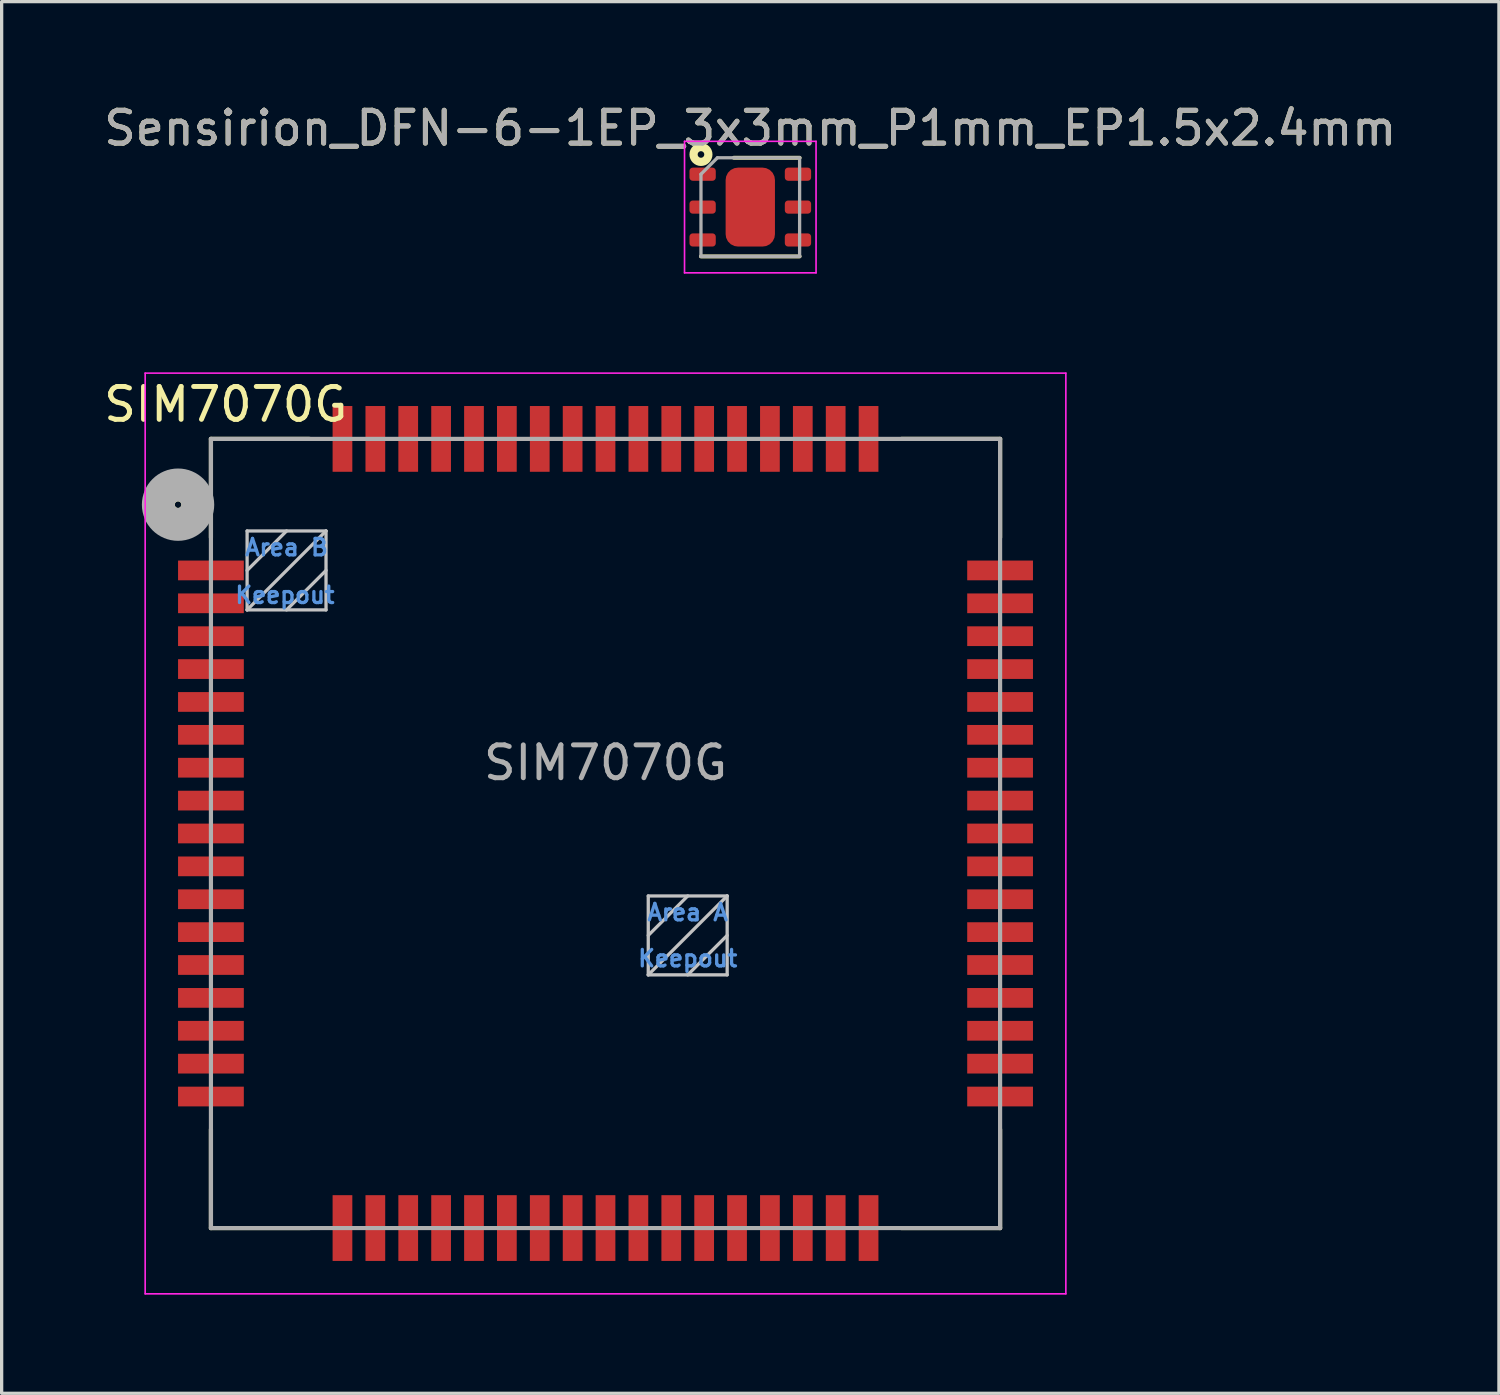
<source format=kicad_pcb>
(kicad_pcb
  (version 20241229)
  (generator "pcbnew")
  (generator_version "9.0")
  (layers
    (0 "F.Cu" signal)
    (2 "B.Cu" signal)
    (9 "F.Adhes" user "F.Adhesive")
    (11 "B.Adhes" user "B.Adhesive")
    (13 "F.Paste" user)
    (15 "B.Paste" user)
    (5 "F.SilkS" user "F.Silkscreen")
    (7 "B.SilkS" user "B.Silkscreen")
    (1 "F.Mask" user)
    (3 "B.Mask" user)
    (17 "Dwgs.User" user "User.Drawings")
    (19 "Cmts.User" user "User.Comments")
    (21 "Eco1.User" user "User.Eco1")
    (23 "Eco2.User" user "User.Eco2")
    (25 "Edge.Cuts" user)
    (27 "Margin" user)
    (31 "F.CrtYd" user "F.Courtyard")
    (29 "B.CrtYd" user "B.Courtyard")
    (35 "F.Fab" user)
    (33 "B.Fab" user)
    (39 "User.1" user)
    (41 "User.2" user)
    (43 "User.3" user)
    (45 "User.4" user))
  (footprint "Sensirion_DFN-6-1EP_3x3mm_P1mm_EP1.5x2.4mm"
    (layer "F.Cu")
    (at 19.768 3.248)
    (property "Reference" "Sensirion_DFN-6-1EP_3x3mm_P1mm_EP1.5x2.4mm" (at 0 -2.4 0) (layer "F.SilkS") (effects (font (size 1 1) (thickness 0.15))))
    (attr smd)
    (fp_line (start -1.5 1.5) (end 1.5 1.5) (stroke (width 0.12) (type solid)) (layer "F.SilkS"))
    (fp_line (start -0.5 -1.5) (end 1.5 -1.5) (stroke (width 0.12) (type solid)) (layer "F.SilkS"))
    (fp_circle (center -1.5 -1.6) (end -1.4 -1.6) (stroke (width 0.25) (type solid)) (fill no) (layer "F.SilkS"))
    (fp_line (start -2 -2) (end -2 2) (stroke (width 0.05) (type solid)) (layer "F.CrtYd"))
    (fp_line (start -2 2) (end 2 2) (stroke (width 0.05) (type solid)) (layer "F.CrtYd"))
    (fp_line (start 2 -2) (end -2 -2) (stroke (width 0.05) (type solid)) (layer "F.CrtYd"))
    (fp_line (start 2 2) (end 2 -2) (stroke (width 0.05) (type solid)) (layer "F.CrtYd"))
    (fp_line (start -1.5 -1) (end -1 -1.5) (stroke (width 0.1) (type solid)) (layer "F.Fab"))
    (fp_line (start -1.5 1.5) (end -1.5 -1) (stroke (width 0.1) (type solid)) (layer "F.Fab"))
    (fp_line (start -1 -1.5) (end 1.5 -1.5) (stroke (width 0.1) (type solid)) (layer "F.Fab"))
    (fp_line (start 1.5 -1.5) (end 1.5 1.5) (stroke (width 0.1) (type solid)) (layer "F.Fab"))
    (fp_line (start 1.5 1.5) (end -1.5 1.5) (stroke (width 0.1) (type solid)) (layer "F.Fab"))
    (fp_text user "${REFERENCE}" (at 0 -2.4 0) (layer "F.Fab") (effects (font (size 1 1) (thickness 0.15))))
    (pad "1" smd roundrect (at -1.45 -1) (size 0.8 0.4) (layers "F.Cu" "F.Mask" "F.Paste") (roundrect_rratio 0.25))
    (pad "2" smd roundrect (at -1.45 0) (size 0.8 0.4) (layers "F.Cu" "F.Mask" "F.Paste") (roundrect_rratio 0.25))
    (pad "3" smd roundrect (at -1.45 1) (size 0.8 0.4) (layers "F.Cu" "F.Mask" "F.Paste") (roundrect_rratio 0.25))
    (pad "4" smd roundrect (at 1.45 1) (size 0.8 0.4) (layers "F.Cu" "F.Mask" "F.Paste") (roundrect_rratio 0.25))
    (pad "5" smd roundrect (at 1.45 0) (size 0.8 0.4) (layers "F.Cu" "F.Mask" "F.Paste") (roundrect_rratio 0.25))
    (pad "6" smd roundrect (at 1.45 -1) (size 0.8 0.4) (layers "F.Cu" "F.Mask" "F.Paste") (roundrect_rratio 0.25))
    (pad "7" smd roundrect (at 0 0) (size 1.5 2.4) (layers "F.Cu" "F.Mask" "F.Paste") (roundrect_rratio 0.25)))
  (footprint "SIM7070G"
    (layer "F.Cu")
    (at 15.365 22.298)
    (property "Reference" "SIM7070G" (at -11.55 -13.05 0) (layer "F.SilkS") (effects (font (size 1 1) (thickness 0.15))))
    (attr smd)
    (fp_line (start -12 -12) (end -9 -12) (stroke (width 0.127) (type solid)) (layer "F.SilkS"))
    (fp_line (start -12 -9) (end -12 -12) (stroke (width 0.127) (type solid)) (layer "F.SilkS"))
    (fp_line (start -12 12) (end -12 9) (stroke (width 0.127) (type solid)) (layer "F.SilkS"))
    (fp_line (start -9 12) (end -12 12) (stroke (width 0.127) (type solid)) (layer "F.SilkS"))
    (fp_line (start 9 -12) (end 12 -12) (stroke (width 0.127) (type solid)) (layer "F.SilkS"))
    (fp_line (start 12 -12) (end 12 -9) (stroke (width 0.127) (type solid)) (layer "F.SilkS"))
    (fp_line (start 12 9) (end 12 12) (stroke (width 0.127) (type solid)) (layer "F.SilkS"))
    (fp_line (start 12 12) (end 9 12) (stroke (width 0.127) (type solid)) (layer "F.SilkS"))
    (fp_circle (center -13 -10) (end -12.9 -10) (stroke (width 0.8) (type solid)) (fill no) (layer "F.SilkS"))
    (fp_line (start -10.9 -9.2) (end -8.5 -9.2) (stroke (width 0.1) (type solid)) (layer "Dwgs.User"))
    (fp_line (start -10.9 -6.8) (end -10.9 -9.2) (stroke (width 0.1) (type solid)) (layer "Dwgs.User"))
    (fp_line (start -10.9 -6.8) (end -8.5 -6.8) (stroke (width 0.1) (type solid)) (layer "Dwgs.User"))
    (fp_line (start -9.7 -9.2) (end -10.9 -8) (stroke (width 0.1) (type solid)) (layer "Dwgs.User"))
    (fp_line (start -8.5 -9.2) (end -10.9 -6.8) (stroke (width 0.1) (type solid)) (layer "Dwgs.User"))
    (fp_line (start -8.5 -8) (end -9.7 -6.8) (stroke (width 0.1) (type solid)) (layer "Dwgs.User"))
    (fp_line (start -8.5 -6.8) (end -8.5 -9.2) (stroke (width 0.1) (type solid)) (layer "Dwgs.User"))
    (fp_line (start 1.3 1.9) (end 3.7 1.9) (stroke (width 0.1) (type solid)) (layer "Dwgs.User"))
    (fp_line (start 1.3 4.3) (end 1.3 1.9) (stroke (width 0.1) (type solid)) (layer "Dwgs.User"))
    (fp_line (start 1.3 4.3) (end 3.7 4.3) (stroke (width 0.1) (type solid)) (layer "Dwgs.User"))
    (fp_line (start 2.5 1.9) (end 1.3 3.1) (stroke (width 0.1) (type solid)) (layer "Dwgs.User"))
    (fp_line (start 3.7 1.9) (end 1.3 4.3) (stroke (width 0.1) (type solid)) (layer "Dwgs.User"))
    (fp_line (start 3.7 3.1) (end 2.5 4.3) (stroke (width 0.1) (type solid)) (layer "Dwgs.User"))
    (fp_line (start 3.7 4.3) (end 3.7 1.9) (stroke (width 0.1) (type solid)) (layer "Dwgs.User"))
    (fp_line (start -14 -14) (end 14 -14) (stroke (width 0.05) (type solid)) (layer "F.CrtYd"))
    (fp_line (start -14 14) (end -14 -14) (stroke (width 0.05) (type solid)) (layer "F.CrtYd"))
    (fp_line (start 14 -14) (end 14 14) (stroke (width 0.05) (type solid)) (layer "F.CrtYd"))
    (fp_line (start 14 14) (end -14 14) (stroke (width 0.05) (type solid)) (layer "F.CrtYd"))
    (fp_line (start -12 -12) (end 12 -12) (stroke (width 0.127) (type solid)) (layer "F.Fab"))
    (fp_line (start -12 12) (end -12 -12) (stroke (width 0.127) (type solid)) (layer "F.Fab"))
    (fp_line (start 12 -12) (end 12 12) (stroke (width 0.127) (type solid)) (layer "F.Fab"))
    (fp_line (start 12 12) (end -12 12) (stroke (width 0.127) (type solid)) (layer "F.Fab"))
    (fp_circle (center -13 -10) (end -12.9 -10) (stroke (width 1) (type solid)) (fill no) (layer "F.Fab"))
    (fp_text user "Keepout" (at -9.75 -7.25 0) (layer "Cmts.User") (effects (font (size 0.5 0.5) (thickness 0.1))))
    (fp_text user "Area A" (at 2.5 2.4 0) (layer "Cmts.User") (effects (font (size 0.5 0.5) (thickness 0.1))))
    (fp_text user "Keepout" (at 2.5 3.8 0) (layer "Cmts.User") (effects (font (size 0.5 0.5) (thickness 0.1))))
    (fp_text user "Area B" (at -9.7 -8.7 0) (layer "Cmts.User") (effects (font (size 0.5 0.5) (thickness 0.1))))
    (fp_text user "${REFERENCE}" (at 0 -2.15 0) (layer "F.Fab") (effects (font (size 1 1) (thickness 0.15))))
    (pad "1" smd rect (at -12 -8) (size 2 0.6) (layers "F.Cu" "F.Mask" "F.Paste"))
    (pad "2" smd rect (at -12 -7) (size 2 0.6) (layers "F.Cu" "F.Mask" "F.Paste"))
    (pad "3" smd rect (at -12 -6) (size 2 0.6) (layers "F.Cu" "F.Mask" "F.Paste"))
    (pad "4" smd rect (at -12 -5) (size 2 0.6) (layers "F.Cu" "F.Mask" "F.Paste"))
    (pad "5" smd rect (at -12 -4) (size 2 0.6) (layers "F.Cu" "F.Mask" "F.Paste"))
    (pad "6" smd rect (at -12 -3) (size 2 0.6) (layers "F.Cu" "F.Mask" "F.Paste"))
    (pad "7" smd rect (at -12 -2) (size 2 0.6) (layers "F.Cu" "F.Mask" "F.Paste"))
    (pad "8" smd rect (at -12 -1) (size 2 0.6) (layers "F.Cu" "F.Mask" "F.Paste"))
    (pad "9" smd rect (at -12 0) (size 2 0.6) (layers "F.Cu" "F.Mask" "F.Paste"))
    (pad "10" smd rect (at -12 1) (size 2 0.6) (layers "F.Cu" "F.Mask" "F.Paste"))
    (pad "11" smd rect (at -12 2) (size 2 0.6) (layers "F.Cu" "F.Mask" "F.Paste"))
    (pad "12" smd rect (at -12 3) (size 2 0.6) (layers "F.Cu" "F.Mask" "F.Paste"))
    (pad "13" smd rect (at -12 4) (size 2 0.6) (layers "F.Cu" "F.Mask" "F.Paste"))
    (pad "14" smd rect (at -12 5) (size 2 0.6) (layers "F.Cu" "F.Mask" "F.Paste"))
    (pad "15" smd rect (at -12 6) (size 2 0.6) (layers "F.Cu" "F.Mask" "F.Paste"))
    (pad "16" smd rect (at -12 7) (size 2 0.6) (layers "F.Cu" "F.Mask" "F.Paste"))
    (pad "17" smd rect (at -12 8) (size 2 0.6) (layers "F.Cu" "F.Mask" "F.Paste"))
    (pad "18" smd rect (at -8 12 90) (size 2 0.6) (layers "F.Cu" "F.Mask" "F.Paste"))
    (pad "19" smd rect (at -7 12 90) (size 2 0.6) (layers "F.Cu" "F.Mask" "F.Paste"))
    (pad "20" smd rect (at -6 12 90) (size 2 0.6) (layers "F.Cu" "F.Mask" "F.Paste"))
    (pad "21" smd rect (at -5 12) (size 0.6 2) (layers "F.Cu" "F.Mask" "F.Paste"))
    (pad "22" smd rect (at -4 12) (size 0.6 2) (layers "F.Cu" "F.Mask" "F.Paste"))
    (pad "23" smd rect (at -3 12) (size 0.6 2) (layers "F.Cu" "F.Mask" "F.Paste"))
    (pad "24" smd rect (at -2 12) (size 0.6 2) (layers "F.Cu" "F.Mask" "F.Paste"))
    (pad "25" smd rect (at -1 12) (size 0.6 2) (layers "F.Cu" "F.Mask" "F.Paste"))
    (pad "26" smd rect (at 0 12) (size 0.6 2) (layers "F.Cu" "F.Mask" "F.Paste"))
    (pad "27" smd rect (at 1 12) (size 0.6 2) (layers "F.Cu" "F.Mask" "F.Paste"))
    (pad "28" smd rect (at 2 12) (size 0.6 2) (layers "F.Cu" "F.Mask" "F.Paste"))
    (pad "29" smd rect (at 3 12) (size 0.6 2) (layers "F.Cu" "F.Mask" "F.Paste"))
    (pad "30" smd rect (at 4 12) (size 0.6 2) (layers "F.Cu" "F.Mask" "F.Paste"))
    (pad "31" smd rect (at 5 12) (size 0.6 2) (layers "F.Cu" "F.Mask" "F.Paste"))
    (pad "32" smd rect (at 6 12) (size 0.6 2) (layers "F.Cu" "F.Mask" "F.Paste"))
    (pad "33" smd rect (at 7 12) (size 0.6 2) (layers "F.Cu" "F.Mask" "F.Paste"))
    (pad "34" smd rect (at 8 12) (size 0.6 2) (layers "F.Cu" "F.Mask" "F.Paste"))
    (pad "35" smd rect (at 12 8 90) (size 0.6 2) (layers "F.Cu" "F.Mask" "F.Paste"))
    (pad "36" smd rect (at 12 7 90) (size 0.6 2) (layers "F.Cu" "F.Mask" "F.Paste"))
    (pad "37" smd rect (at 12 6 90) (size 0.6 2) (layers "F.Cu" "F.Mask" "F.Paste"))
    (pad "38" smd rect (at 12 5 90) (size 0.6 2) (layers "F.Cu" "F.Mask" "F.Paste"))
    (pad "39" smd rect (at 12 4 90) (size 0.6 2) (layers "F.Cu" "F.Mask" "F.Paste"))
    (pad "40" smd rect (at 12 3 90) (size 0.6 2) (layers "F.Cu" "F.Mask" "F.Paste"))
    (pad "41" smd rect (at 12 2) (size 2 0.6) (layers "F.Cu" "F.Mask" "F.Paste"))
    (pad "42" smd rect (at 12 1) (size 2 0.6) (layers "F.Cu" "F.Mask" "F.Paste"))
    (pad "43" smd rect (at 12 0) (size 2 0.6) (layers "F.Cu" "F.Mask" "F.Paste"))
    (pad "44" smd rect (at 12 -1) (size 2 0.6) (layers "F.Cu" "F.Mask" "F.Paste"))
    (pad "45" smd rect (at 12 -2) (size 2 0.6) (layers "F.Cu" "F.Mask" "F.Paste"))
    (pad "46" smd rect (at 12 -3) (size 2 0.6) (layers "F.Cu" "F.Mask" "F.Paste"))
    (pad "47" smd rect (at 12 -4) (size 2 0.6) (layers "F.Cu" "F.Mask" "F.Paste"))
    (pad "48" smd rect (at 12 -5) (size 2 0.6) (layers "F.Cu" "F.Mask" "F.Paste"))
    (pad "49" smd rect (at 12 -6) (size 2 0.6) (layers "F.Cu" "F.Mask" "F.Paste"))
    (pad "50" smd rect (at 12 -7) (size 2 0.6) (layers "F.Cu" "F.Mask" "F.Paste"))
    (pad "51" smd rect (at 12 -8) (size 2 0.6) (layers "F.Cu" "F.Mask" "F.Paste"))
    (pad "52" smd rect (at 8 -12 90) (size 2 0.6) (layers "F.Cu" "F.Mask" "F.Paste"))
    (pad "53" smd rect (at 7 -12 90) (size 2 0.6) (layers "F.Cu" "F.Mask" "F.Paste"))
    (pad "54" smd rect (at 6 -12 90) (size 2 0.6) (layers "F.Cu" "F.Mask" "F.Paste"))
    (pad "55" smd rect (at 5 -12 90) (size 2 0.6) (layers "F.Cu" "F.Mask" "F.Paste"))
    (pad "56" smd rect (at 4 -12 90) (size 2 0.6) (layers "F.Cu" "F.Mask" "F.Paste"))
    (pad "57" smd rect (at 3 -12 90) (size 2 0.6) (layers "F.Cu" "F.Mask" "F.Paste"))
    (pad "58" smd rect (at 2 -12 90) (size 2 0.6) (layers "F.Cu" "F.Mask" "F.Paste"))
    (pad "59" smd rect (at 1 -12 90) (size 2 0.6) (layers "F.Cu" "F.Mask" "F.Paste"))
    (pad "60" smd rect (at 0 -12 90) (size 2 0.6) (layers "F.Cu" "F.Mask" "F.Paste"))
    (pad "61" smd rect (at -1 -12) (size 0.6 2) (layers "F.Cu" "F.Mask" "F.Paste"))
    (pad "62" smd rect (at -2 -12) (size 0.6 2) (layers "F.Cu" "F.Mask" "F.Paste"))
    (pad "63" smd rect (at -3 -12) (size 0.6 2) (layers "F.Cu" "F.Mask" "F.Paste"))
    (pad "64" smd rect (at -4 -12) (size 0.6 2) (layers "F.Cu" "F.Mask" "F.Paste"))
    (pad "65" smd rect (at -5 -12) (size 0.6 2) (layers "F.Cu" "F.Mask" "F.Paste"))
    (pad "66" smd rect (at -6 -12) (size 0.6 2) (layers "F.Cu" "F.Mask" "F.Paste"))
    (pad "67" smd rect (at -7 -12) (size 0.6 2) (layers "F.Cu" "F.Mask" "F.Paste"))
    (pad "68" smd rect (at -8 -12) (size 0.6 2) (layers "F.Cu" "F.Mask" "F.Paste")))
  (gr_rect
    (start -3 -3)
    (end 42.536 39.323)
    (stroke (width 0.1) (type default))
    (fill no)
    (layer "Edge.Cuts")))
</source>
